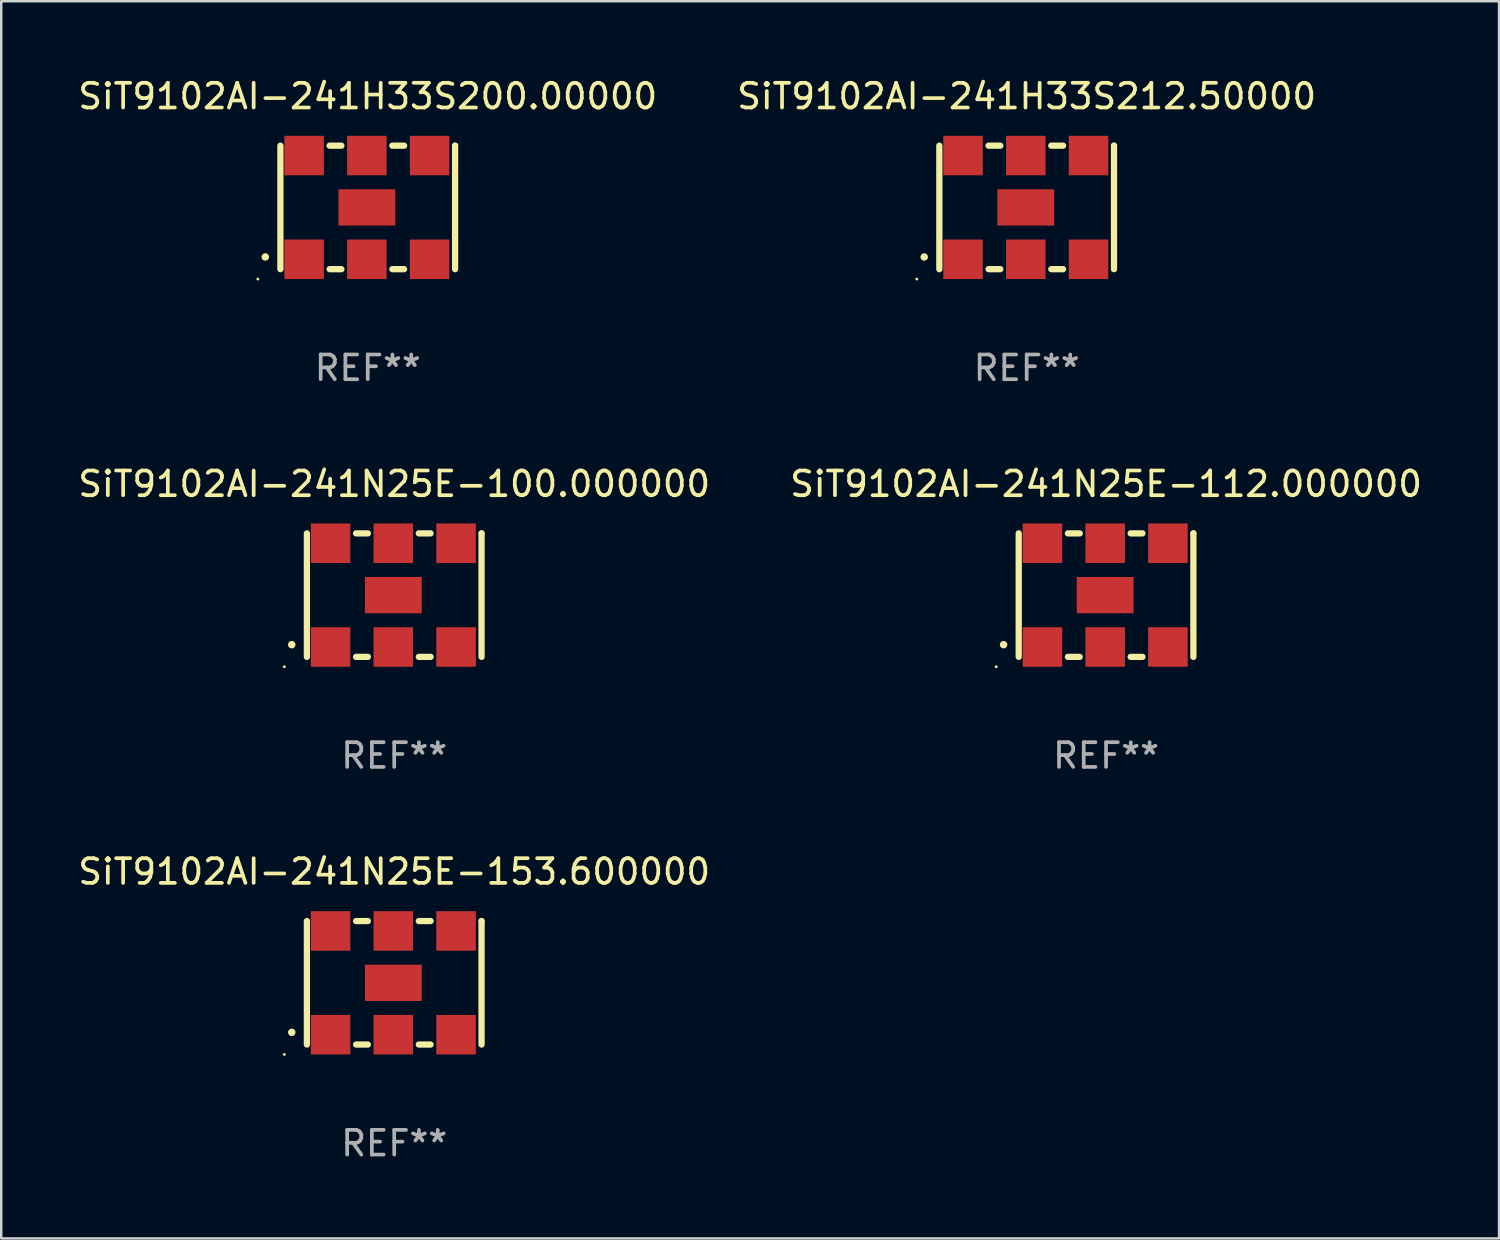
<source format=kicad_pcb>
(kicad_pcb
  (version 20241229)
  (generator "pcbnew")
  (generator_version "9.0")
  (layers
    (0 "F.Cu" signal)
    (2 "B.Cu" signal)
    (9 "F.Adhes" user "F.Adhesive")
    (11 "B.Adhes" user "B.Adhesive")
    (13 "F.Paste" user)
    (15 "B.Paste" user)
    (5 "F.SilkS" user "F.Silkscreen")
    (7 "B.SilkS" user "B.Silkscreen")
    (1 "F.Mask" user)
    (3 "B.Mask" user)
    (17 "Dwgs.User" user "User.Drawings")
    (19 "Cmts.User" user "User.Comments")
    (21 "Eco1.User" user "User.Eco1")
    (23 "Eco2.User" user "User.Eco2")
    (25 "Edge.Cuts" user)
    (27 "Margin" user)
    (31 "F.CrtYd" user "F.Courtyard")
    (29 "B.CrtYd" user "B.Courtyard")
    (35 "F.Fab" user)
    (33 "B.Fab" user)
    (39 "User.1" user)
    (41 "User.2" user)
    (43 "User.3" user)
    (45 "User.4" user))
  (footprint "SiT9102AI-241H33S212.50000"
    (layer "F.Cu")
    (at 38.518 5.348)
    (property "Reference" "SiT9102AI-241H33S212.50000" (at 0 -4.5 0) (layer "F.SilkS") (effects (font (size 1 1) (thickness 0.15))))
    (attr through_hole)
    (fp_line (start -3.536 -2.5) (end -3.536 2.5) (stroke (width 0.254) (type solid)) (layer "F.SilkS"))
    (fp_line (start -1.544 2.5) (end -1.067 2.5) (stroke (width 0.254) (type solid)) (layer "F.SilkS"))
    (fp_line (start -1.067 -2.5) (end -1.544 -2.5) (stroke (width 0.254) (type solid)) (layer "F.SilkS"))
    (fp_line (start 0.996 2.5) (end 1.473 2.5) (stroke (width 0.254) (type solid)) (layer "F.SilkS"))
    (fp_line (start 1.473 -2.5) (end 0.996 -2.5) (stroke (width 0.254) (type solid)) (layer "F.SilkS"))
    (fp_line (start 3.536 -2.5) (end 3.536 -2.5) (stroke (width 0.254) (type solid)) (layer "F.SilkS"))
    (fp_line (start 3.536 2.5) (end 3.536 -2.5) (stroke (width 0.254) (type solid)) (layer "F.SilkS"))
    (fp_arc (start -4.150432 2.006604) (mid -4.149162 2.006599) (end -4.147892 2.006604) (stroke (width 0.3) (type solid)) (layer "F.SilkS"))
    (fp_circle (center -4.449 2.9) (end -4.419 2.9) (stroke (width 0.06) (type solid)) (fill no) (layer "F.SilkS"))
    (fp_text user "REF**" (at 0 6.5 0) (layer "F.Fab") (effects (font (size 1 1) (thickness 0.15))))
    (pad "1" smd rect (at -2.576 2.1) (size 1.6 1.6) (layers "F.Cu" "F.Mask" "F.Paste"))
    (pad "2" smd rect (at -0.036 2.1) (size 1.6 1.6) (layers "F.Cu" "F.Mask" "F.Paste"))
    (pad "3" smd rect (at 2.504 2.1) (size 1.6 1.6) (layers "F.Cu" "F.Mask" "F.Paste"))
    (pad "4" smd rect (at 2.504 -2.1) (size 1.6 1.6) (layers "F.Cu" "F.Mask" "F.Paste"))
    (pad "5" smd rect (at -0.036 -2.1) (size 1.6 1.6) (layers "F.Cu" "F.Mask" "F.Paste"))
    (pad "6" smd rect (at -2.576 -2.1) (size 1.6 1.6) (layers "F.Cu" "F.Mask" "F.Paste"))
    (pad "7" smd rect (at -0.036 0) (size 2.3 1.47) (layers "F.Cu" "F.Mask" "F.Paste")))
  (footprint "SiT9102AI-241H33S200.00000"
    (layer "F.Cu")
    (at 11.839 5.348)
    (property "Reference" "SiT9102AI-241H33S200.00000" (at 0 -4.5 0) (layer "F.SilkS") (effects (font (size 1 1) (thickness 0.15))))
    (attr through_hole)
    (fp_line (start -3.536 -2.5) (end -3.536 2.5) (stroke (width 0.254) (type solid)) (layer "F.SilkS"))
    (fp_line (start -1.544 2.5) (end -1.067 2.5) (stroke (width 0.254) (type solid)) (layer "F.SilkS"))
    (fp_line (start -1.067 -2.5) (end -1.544 -2.5) (stroke (width 0.254) (type solid)) (layer "F.SilkS"))
    (fp_line (start 0.996 2.5) (end 1.473 2.5) (stroke (width 0.254) (type solid)) (layer "F.SilkS"))
    (fp_line (start 1.473 -2.5) (end 0.996 -2.5) (stroke (width 0.254) (type solid)) (layer "F.SilkS"))
    (fp_line (start 3.536 -2.5) (end 3.536 -2.5) (stroke (width 0.254) (type solid)) (layer "F.SilkS"))
    (fp_line (start 3.536 2.5) (end 3.536 -2.5) (stroke (width 0.254) (type solid)) (layer "F.SilkS"))
    (fp_arc (start -4.150432 2.006604) (mid -4.149162 2.006599) (end -4.147892 2.006604) (stroke (width 0.3) (type solid)) (layer "F.SilkS"))
    (fp_circle (center -4.449 2.9) (end -4.419 2.9) (stroke (width 0.06) (type solid)) (fill no) (layer "F.SilkS"))
    (fp_text user "REF**" (at 0 6.5 0) (layer "F.Fab") (effects (font (size 1 1) (thickness 0.15))))
    (pad "1" smd rect (at -2.576 2.1) (size 1.6 1.6) (layers "F.Cu" "F.Mask" "F.Paste"))
    (pad "2" smd rect (at -0.036 2.1) (size 1.6 1.6) (layers "F.Cu" "F.Mask" "F.Paste"))
    (pad "3" smd rect (at 2.504 2.1) (size 1.6 1.6) (layers "F.Cu" "F.Mask" "F.Paste"))
    (pad "4" smd rect (at 2.504 -2.1) (size 1.6 1.6) (layers "F.Cu" "F.Mask" "F.Paste"))
    (pad "5" smd rect (at -0.036 -2.1) (size 1.6 1.6) (layers "F.Cu" "F.Mask" "F.Paste"))
    (pad "6" smd rect (at -2.576 -2.1) (size 1.6 1.6) (layers "F.Cu" "F.Mask" "F.Paste"))
    (pad "7" smd rect (at -0.036 0) (size 2.3 1.47) (layers "F.Cu" "F.Mask" "F.Paste")))
  (footprint "SiT9102AI-241N25E-100.000000"
    (layer "F.Cu")
    (at 12.911 21.045)
    (property "Reference" "SiT9102AI-241N25E-100.000000" (at 0 -4.5 0) (layer "F.SilkS") (effects (font (size 1 1) (thickness 0.15))))
    (attr through_hole)
    (fp_line (start -3.536 -2.5) (end -3.536 2.5) (stroke (width 0.254) (type solid)) (layer "F.SilkS"))
    (fp_line (start -1.544 2.5) (end -1.067 2.5) (stroke (width 0.254) (type solid)) (layer "F.SilkS"))
    (fp_line (start -1.067 -2.5) (end -1.544 -2.5) (stroke (width 0.254) (type solid)) (layer "F.SilkS"))
    (fp_line (start 0.996 2.5) (end 1.473 2.5) (stroke (width 0.254) (type solid)) (layer "F.SilkS"))
    (fp_line (start 1.473 -2.5) (end 0.996 -2.5) (stroke (width 0.254) (type solid)) (layer "F.SilkS"))
    (fp_line (start 3.536 -2.5) (end 3.536 -2.5) (stroke (width 0.254) (type solid)) (layer "F.SilkS"))
    (fp_line (start 3.536 2.5) (end 3.536 -2.5) (stroke (width 0.254) (type solid)) (layer "F.SilkS"))
    (fp_arc (start -4.150432 2.006604) (mid -4.149162 2.006599) (end -4.147892 2.006604) (stroke (width 0.3) (type solid)) (layer "F.SilkS"))
    (fp_circle (center -4.449 2.9) (end -4.419 2.9) (stroke (width 0.06) (type solid)) (fill no) (layer "F.SilkS"))
    (fp_text user "REF**" (at 0 6.5 0) (layer "F.Fab") (effects (font (size 1 1) (thickness 0.15))))
    (pad "1" smd rect (at -2.576 2.1) (size 1.6 1.6) (layers "F.Cu" "F.Mask" "F.Paste"))
    (pad "2" smd rect (at -0.036 2.1) (size 1.6 1.6) (layers "F.Cu" "F.Mask" "F.Paste"))
    (pad "3" smd rect (at 2.504 2.1) (size 1.6 1.6) (layers "F.Cu" "F.Mask" "F.Paste"))
    (pad "4" smd rect (at 2.504 -2.1) (size 1.6 1.6) (layers "F.Cu" "F.Mask" "F.Paste"))
    (pad "5" smd rect (at -0.036 -2.1) (size 1.6 1.6) (layers "F.Cu" "F.Mask" "F.Paste"))
    (pad "6" smd rect (at -2.576 -2.1) (size 1.6 1.6) (layers "F.Cu" "F.Mask" "F.Paste"))
    (pad "7" smd rect (at -0.036 0) (size 2.3 1.47) (layers "F.Cu" "F.Mask" "F.Paste")))
  (footprint "SiT9102AI-241N25E-112.000000"
    (layer "F.Cu")
    (at 41.732 21.045)
    (property "Reference" "SiT9102AI-241N25E-112.000000" (at 0 -4.5 0) (layer "F.SilkS") (effects (font (size 1 1) (thickness 0.15))))
    (attr through_hole)
    (fp_line (start -3.536 -2.5) (end -3.536 2.5) (stroke (width 0.254) (type solid)) (layer "F.SilkS"))
    (fp_line (start -1.544 2.5) (end -1.067 2.5) (stroke (width 0.254) (type solid)) (layer "F.SilkS"))
    (fp_line (start -1.067 -2.5) (end -1.544 -2.5) (stroke (width 0.254) (type solid)) (layer "F.SilkS"))
    (fp_line (start 0.996 2.5) (end 1.473 2.5) (stroke (width 0.254) (type solid)) (layer "F.SilkS"))
    (fp_line (start 1.473 -2.5) (end 0.996 -2.5) (stroke (width 0.254) (type solid)) (layer "F.SilkS"))
    (fp_line (start 3.536 -2.5) (end 3.536 -2.5) (stroke (width 0.254) (type solid)) (layer "F.SilkS"))
    (fp_line (start 3.536 2.5) (end 3.536 -2.5) (stroke (width 0.254) (type solid)) (layer "F.SilkS"))
    (fp_arc (start -4.150432 2.006604) (mid -4.149162 2.006599) (end -4.147892 2.006604) (stroke (width 0.3) (type solid)) (layer "F.SilkS"))
    (fp_circle (center -4.449 2.9) (end -4.419 2.9) (stroke (width 0.06) (type solid)) (fill no) (layer "F.SilkS"))
    (fp_text user "REF**" (at 0 6.5 0) (layer "F.Fab") (effects (font (size 1 1) (thickness 0.15))))
    (pad "1" smd rect (at -2.576 2.1) (size 1.6 1.6) (layers "F.Cu" "F.Mask" "F.Paste"))
    (pad "2" smd rect (at -0.036 2.1) (size 1.6 1.6) (layers "F.Cu" "F.Mask" "F.Paste"))
    (pad "3" smd rect (at 2.504 2.1) (size 1.6 1.6) (layers "F.Cu" "F.Mask" "F.Paste"))
    (pad "4" smd rect (at 2.504 -2.1) (size 1.6 1.6) (layers "F.Cu" "F.Mask" "F.Paste"))
    (pad "5" smd rect (at -0.036 -2.1) (size 1.6 1.6) (layers "F.Cu" "F.Mask" "F.Paste"))
    (pad "6" smd rect (at -2.576 -2.1) (size 1.6 1.6) (layers "F.Cu" "F.Mask" "F.Paste"))
    (pad "7" smd rect (at -0.036 0) (size 2.3 1.47) (layers "F.Cu" "F.Mask" "F.Paste")))
  (footprint "SiT9102AI-241N25E-153.600000"
    (layer "F.Cu")
    (at 12.911 36.741)
    (property "Reference" "SiT9102AI-241N25E-153.600000" (at 0 -4.5 0) (layer "F.SilkS") (effects (font (size 1 1) (thickness 0.15))))
    (attr through_hole)
    (fp_line (start -3.536 -2.5) (end -3.536 2.5) (stroke (width 0.254) (type solid)) (layer "F.SilkS"))
    (fp_line (start -1.544 2.5) (end -1.067 2.5) (stroke (width 0.254) (type solid)) (layer "F.SilkS"))
    (fp_line (start -1.067 -2.5) (end -1.544 -2.5) (stroke (width 0.254) (type solid)) (layer "F.SilkS"))
    (fp_line (start 0.996 2.5) (end 1.473 2.5) (stroke (width 0.254) (type solid)) (layer "F.SilkS"))
    (fp_line (start 1.473 -2.5) (end 0.996 -2.5) (stroke (width 0.254) (type solid)) (layer "F.SilkS"))
    (fp_line (start 3.536 -2.5) (end 3.536 -2.5) (stroke (width 0.254) (type solid)) (layer "F.SilkS"))
    (fp_line (start 3.536 2.5) (end 3.536 -2.5) (stroke (width 0.254) (type solid)) (layer "F.SilkS"))
    (fp_arc (start -4.150432 2.006604) (mid -4.149162 2.006599) (end -4.147892 2.006604) (stroke (width 0.3) (type solid)) (layer "F.SilkS"))
    (fp_circle (center -4.449 2.9) (end -4.419 2.9) (stroke (width 0.06) (type solid)) (fill no) (layer "F.SilkS"))
    (fp_text user "REF**" (at 0 6.5 0) (layer "F.Fab") (effects (font (size 1 1) (thickness 0.15))))
    (pad "1" smd rect (at -2.576 2.1) (size 1.6 1.6) (layers "F.Cu" "F.Mask" "F.Paste"))
    (pad "2" smd rect (at -0.036 2.1) (size 1.6 1.6) (layers "F.Cu" "F.Mask" "F.Paste"))
    (pad "3" smd rect (at 2.504 2.1) (size 1.6 1.6) (layers "F.Cu" "F.Mask" "F.Paste"))
    (pad "4" smd rect (at 2.504 -2.1) (size 1.6 1.6) (layers "F.Cu" "F.Mask" "F.Paste"))
    (pad "5" smd rect (at -0.036 -2.1) (size 1.6 1.6) (layers "F.Cu" "F.Mask" "F.Paste"))
    (pad "6" smd rect (at -2.576 -2.1) (size 1.6 1.6) (layers "F.Cu" "F.Mask" "F.Paste"))
    (pad "7" smd rect (at -0.036 0) (size 2.3 1.47) (layers "F.Cu" "F.Mask" "F.Paste")))
  (gr_rect
    (start -3 -3)
    (end 57.643 47.09)
    (stroke (width 0.1) (type default))
    (fill no)
    (layer "Edge.Cuts")))
</source>
